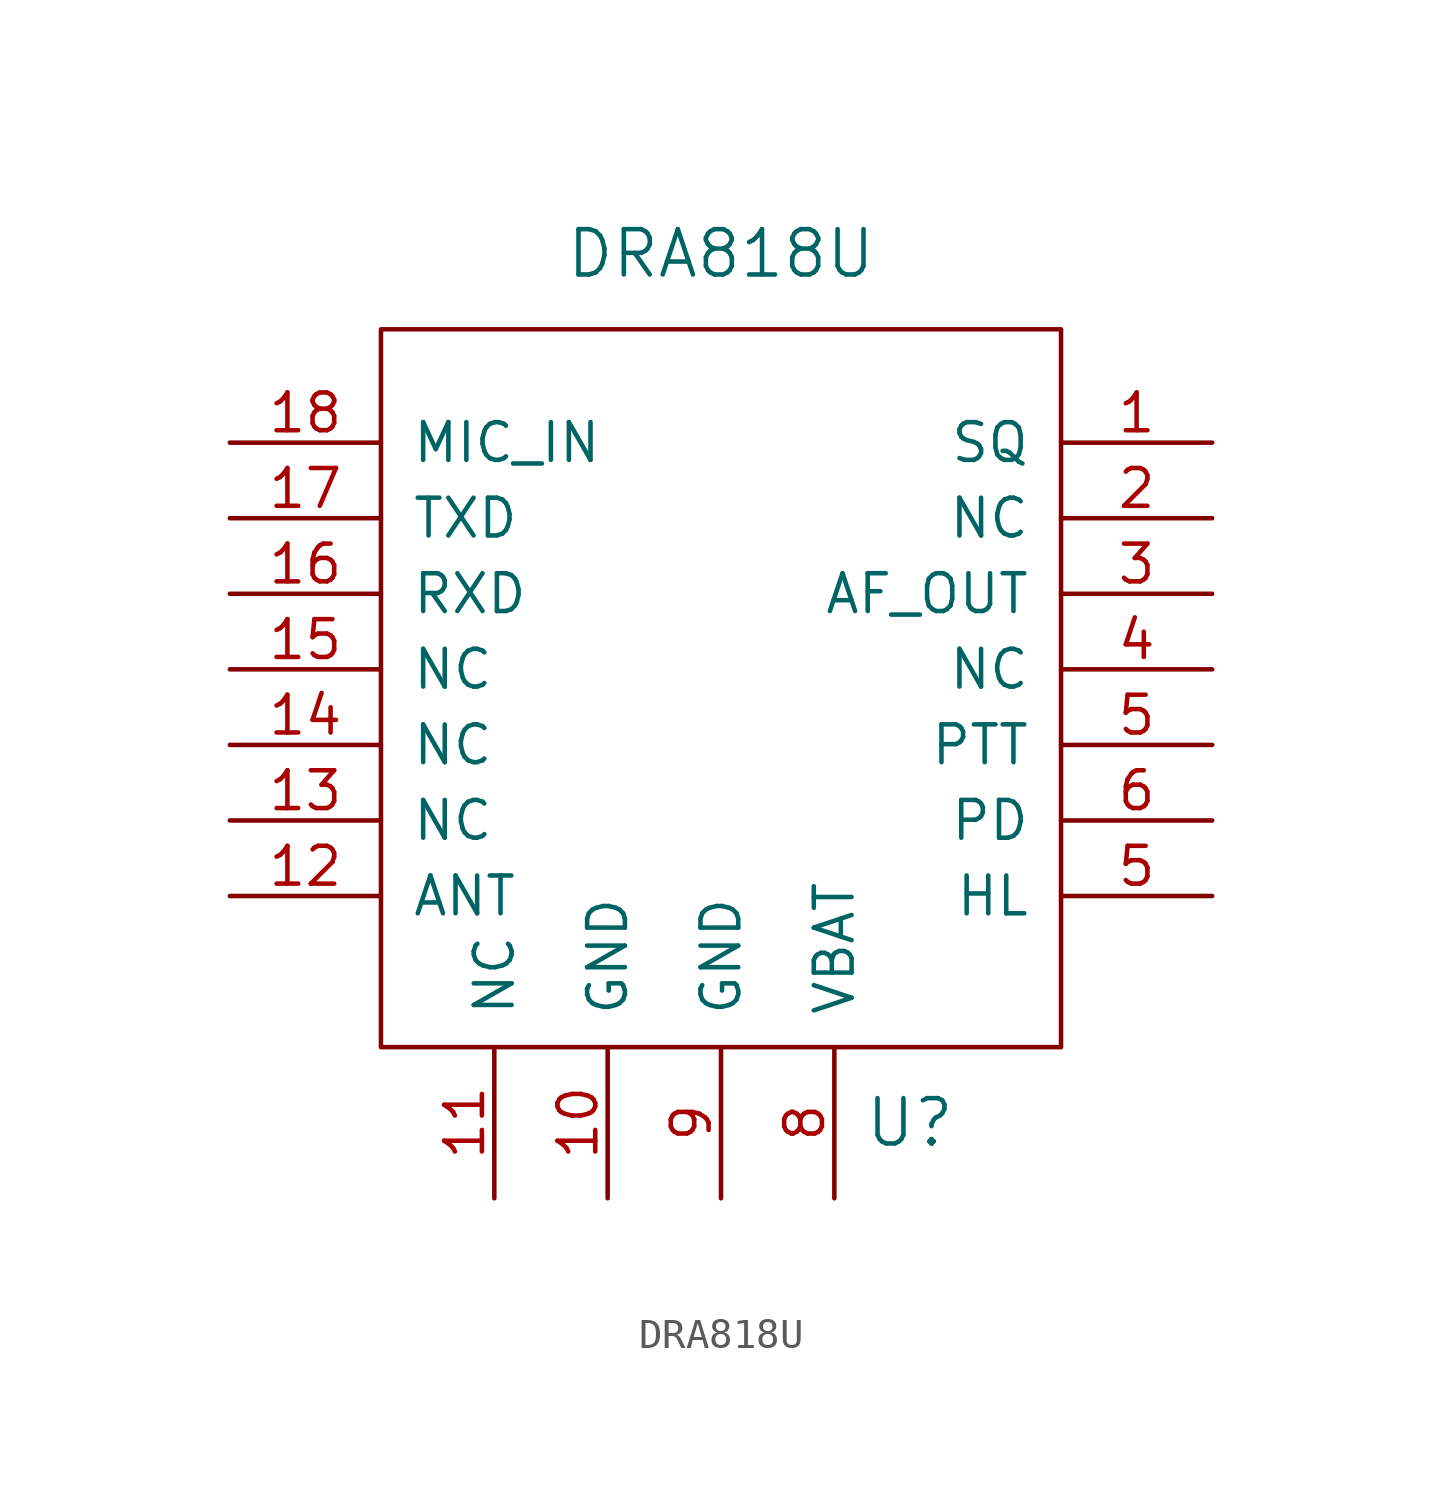
<source format=kicad_sym>
(kicad_symbol_lib
  (version 20231120)
  (generator "kicad_symbol_editor")
  (generator_version "8.0")
  (symbol "DRA818U"
    (pin_names
      (offset 1.016))
    (property "Reference" "U"
      (at 17.78 -2.54 0)
      (effects (font (size 1.524 1.524))))
    (property "Value" "DRA818U"
      (at 11.43 26.67 0)
      (effects (font (size 1.524 1.524))))
    (symbol "DRA818U_0_1"
      (rectangle (start 0 0) (end 22.86 24.13) (stroke (width 0) (type solid)) (fill (type none))))
    (symbol "DRA818U_1_1"
      (pin bidirectional line (at 27.94 20.32 180) (length 5.08) (name "SQ" (effects (font (size 1.27 1.27)))) (number "1" (effects (font (size 1.27 1.27)))))
      (pin power_in line (at 7.62 -5.08 90) (length 5.08) (name "GND" (effects (font (size 1.27 1.27)))) (number "10" (effects (font (size 1.27 1.27)))))
      (pin bidirectional line (at 3.81 -5.08 90) (length 5.08) (name "NC" (effects (font (size 1.27 1.27)))) (number "11" (effects (font (size 1.27 1.27)))))
      (pin output line (at -5.08 5.08 0) (length 5.08) (name "ANT" (effects (font (size 1.27 1.27)))) (number "12" (effects (font (size 1.27 1.27)))))
      (pin bidirectional line (at -5.08 7.62 0) (length 5.08) (name "NC" (effects (font (size 1.27 1.27)))) (number "13" (effects (font (size 1.27 1.27)))))
      (pin bidirectional line (at -5.08 10.16 0) (length 5.08) (name "NC" (effects (font (size 1.27 1.27)))) (number "14" (effects (font (size 1.27 1.27)))))
      (pin bidirectional line (at -5.08 12.7 0) (length 5.08) (name "NC" (effects (font (size 1.27 1.27)))) (number "15" (effects (font (size 1.27 1.27)))))
      (pin bidirectional line (at -5.08 15.24 0) (length 5.08) (name "RXD" (effects (font (size 1.27 1.27)))) (number "16" (effects (font (size 1.27 1.27)))))
      (pin bidirectional line (at -5.08 17.78 0) (length 5.08) (name "TXD" (effects (font (size 1.27 1.27)))) (number "17" (effects (font (size 1.27 1.27)))))
      (pin input line (at -5.08 20.32 0) (length 5.08) (name "MIC_IN" (effects (font (size 1.27 1.27)))) (number "18" (effects (font (size 1.27 1.27)))))
      (pin bidirectional line (at 27.94 17.78 180) (length 5.08) (name "NC" (effects (font (size 1.27 1.27)))) (number "2" (effects (font (size 1.27 1.27)))))
      (pin bidirectional line (at 27.94 15.24 180) (length 5.08) (name "AF_OUT" (effects (font (size 1.27 1.27)))) (number "3" (effects (font (size 1.27 1.27)))))
      (pin bidirectional line (at 27.94 12.7 180) (length 5.08) (name "NC" (effects (font (size 1.27 1.27)))) (number "4" (effects (font (size 1.27 1.27)))))
      (pin bidirectional line (at 27.94 5.08 180) (length 5.08) (name "HL" (effects (font (size 1.27 1.27)))) (number "5" (effects (font (size 1.27 1.27)))))
      (pin bidirectional line (at 27.94 10.16 180) (length 5.08) (name "PTT" (effects (font (size 1.27 1.27)))) (number "5" (effects (font (size 1.27 1.27)))))
      (pin bidirectional line (at 27.94 7.62 180) (length 5.08) (name "PD" (effects (font (size 1.27 1.27)))) (number "6" (effects (font (size 1.27 1.27)))))
      (pin power_in line (at 15.24 -5.08 90) (length 5.08) (name "VBAT" (effects (font (size 1.27 1.27)))) (number "8" (effects (font (size 1.27 1.27)))))
      (pin power_in line (at 11.43 -5.08 90) (length 5.08) (name "GND" (effects (font (size 1.27 1.27)))) (number "9" (effects (font (size 1.27 1.27))))))))
</source>
